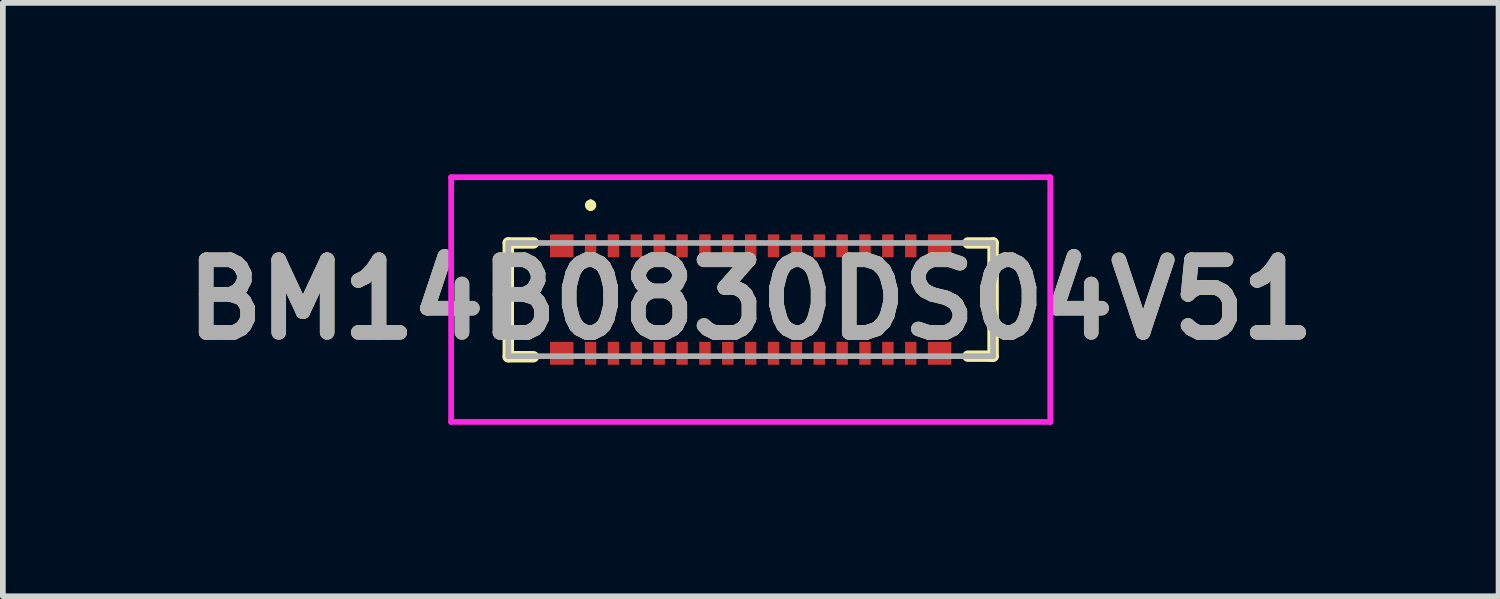
<source format=kicad_pcb>
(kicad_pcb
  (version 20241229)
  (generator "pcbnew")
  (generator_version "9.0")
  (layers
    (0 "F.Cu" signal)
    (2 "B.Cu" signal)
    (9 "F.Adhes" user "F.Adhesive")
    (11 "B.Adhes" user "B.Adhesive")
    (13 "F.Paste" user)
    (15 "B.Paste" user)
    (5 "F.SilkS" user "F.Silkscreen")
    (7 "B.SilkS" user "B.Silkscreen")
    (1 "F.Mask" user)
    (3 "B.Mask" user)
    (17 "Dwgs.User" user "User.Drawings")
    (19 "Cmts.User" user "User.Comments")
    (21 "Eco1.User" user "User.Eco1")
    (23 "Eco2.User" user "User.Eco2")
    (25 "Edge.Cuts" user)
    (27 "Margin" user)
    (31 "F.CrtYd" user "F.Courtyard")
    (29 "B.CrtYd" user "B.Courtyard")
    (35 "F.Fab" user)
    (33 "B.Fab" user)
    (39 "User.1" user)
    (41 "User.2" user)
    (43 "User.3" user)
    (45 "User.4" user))
  (footprint "BM14B0830DS04V51"
    (layer "F.Cu")
    (at 10.081 2.19)
    (property "Reference" "BM14B0830DS04V51" (at 0 0 0) (layer "F.SilkS") (effects (font (size 1.27 1.27) (thickness 0.254))))
    (attr smd)
    (fp_line (start -4.24 -0.99) (end -4.24 1) (stroke (width 0.2) (type solid)) (layer "F.SilkS"))
    (fp_line (start -4.24 1) (end -3.8 1) (stroke (width 0.2) (type solid)) (layer "F.SilkS"))
    (fp_line (start -3.8 -0.99) (end -4.24 -0.99) (stroke (width 0.2) (type solid)) (layer "F.SilkS"))
    (fp_line (start -2.8 -1.7) (end -2.8 -1.7) (stroke (width 0.1) (type solid)) (layer "F.SilkS"))
    (fp_line (start -2.8 -1.6) (end -2.8 -1.6) (stroke (width 0.1) (type solid)) (layer "F.SilkS"))
    (fp_line (start 3.8 0.99) (end 4.2 0.99) (stroke (width 0.2) (type solid)) (layer "F.SilkS"))
    (fp_line (start 4.2 0.99) (end 4.24 0.99) (stroke (width 0.2) (type solid)) (layer "F.SilkS"))
    (fp_line (start 4.24 -0.99) (end 3.8 -0.99) (stroke (width 0.2) (type solid)) (layer "F.SilkS"))
    (fp_line (start 4.24 0.99) (end 4.24 -0.99) (stroke (width 0.2) (type solid)) (layer "F.SilkS"))
    (fp_arc (start -2.8 -1.7) (mid -2.75 -1.65) (end -2.8 -1.6) (stroke (width 0.1) (type solid)) (layer "F.SilkS"))
    (fp_arc (start -2.8 -1.6) (mid -2.85 -1.65) (end -2.8 -1.7) (stroke (width 0.1) (type solid)) (layer "F.SilkS"))
    (fp_line (start -5.24 -2.14) (end 5.24 -2.14) (stroke (width 0.1) (type solid)) (layer "F.CrtYd"))
    (fp_line (start -5.24 2.14) (end -5.24 -2.14) (stroke (width 0.1) (type solid)) (layer "F.CrtYd"))
    (fp_line (start 5.24 -2.14) (end 5.24 2.14) (stroke (width 0.1) (type solid)) (layer "F.CrtYd"))
    (fp_line (start 5.24 2.14) (end -5.24 2.14) (stroke (width 0.1) (type solid)) (layer "F.CrtYd"))
    (fp_line (start -4.24 -0.99) (end -4.24 0.99) (stroke (width 0.1) (type solid)) (layer "F.Fab"))
    (fp_line (start -4.24 0.99) (end 4.24 0.99) (stroke (width 0.1) (type solid)) (layer "F.Fab"))
    (fp_line (start 4.24 -0.99) (end -4.24 -0.99) (stroke (width 0.1) (type solid)) (layer "F.Fab"))
    (fp_line (start 4.24 0.99) (end 4.24 -0.99) (stroke (width 0.1) (type solid)) (layer "F.Fab"))
    (fp_text user "${REFERENCE}" (at 0 0 0) (layer "F.Fab") (effects (font (size 1.27 1.27) (thickness 0.254))))
    (pad "1" smd rect (at -2.8 -0.94) (size 0.2 0.4) (layers "F.Cu" "F.Mask" "F.Paste"))
    (pad "2" smd rect (at -2.8 0.94) (size 0.2 0.4) (layers "F.Cu" "F.Mask" "F.Paste"))
    (pad "3" smd rect (at -2.4 -0.94) (size 0.2 0.4) (layers "F.Cu" "F.Mask" "F.Paste"))
    (pad "4" smd rect (at -2.4 0.94) (size 0.2 0.4) (layers "F.Cu" "F.Mask" "F.Paste"))
    (pad "5" smd rect (at -2 -0.94) (size 0.2 0.4) (layers "F.Cu" "F.Mask" "F.Paste"))
    (pad "6" smd rect (at -2 0.94) (size 0.2 0.4) (layers "F.Cu" "F.Mask" "F.Paste"))
    (pad "7" smd rect (at -1.6 -0.94) (size 0.2 0.4) (layers "F.Cu" "F.Mask" "F.Paste"))
    (pad "8" smd rect (at -1.6 0.94) (size 0.2 0.4) (layers "F.Cu" "F.Mask" "F.Paste"))
    (pad "9" smd rect (at -1.2 -0.94) (size 0.2 0.4) (layers "F.Cu" "F.Mask" "F.Paste"))
    (pad "10" smd rect (at -1.2 0.94) (size 0.2 0.4) (layers "F.Cu" "F.Mask" "F.Paste"))
    (pad "11" smd rect (at -0.8 -0.94) (size 0.2 0.4) (layers "F.Cu" "F.Mask" "F.Paste"))
    (pad "12" smd rect (at -0.8 0.94) (size 0.2 0.4) (layers "F.Cu" "F.Mask" "F.Paste"))
    (pad "13" smd rect (at -0.4 -0.94) (size 0.2 0.4) (layers "F.Cu" "F.Mask" "F.Paste"))
    (pad "14" smd rect (at -0.4 0.94) (size 0.2 0.4) (layers "F.Cu" "F.Mask" "F.Paste"))
    (pad "15" smd rect (at 0 -0.94) (size 0.2 0.4) (layers "F.Cu" "F.Mask" "F.Paste"))
    (pad "16" smd rect (at 0 0.94) (size 0.2 0.4) (layers "F.Cu" "F.Mask" "F.Paste"))
    (pad "17" smd rect (at 0.4 -0.94) (size 0.2 0.4) (layers "F.Cu" "F.Mask" "F.Paste"))
    (pad "18" smd rect (at 0.4 0.94) (size 0.2 0.4) (layers "F.Cu" "F.Mask" "F.Paste"))
    (pad "19" smd rect (at 0.8 -0.94) (size 0.2 0.4) (layers "F.Cu" "F.Mask" "F.Paste"))
    (pad "20" smd rect (at 0.8 0.94) (size 0.2 0.4) (layers "F.Cu" "F.Mask" "F.Paste"))
    (pad "21" smd rect (at 1.2 -0.94) (size 0.2 0.4) (layers "F.Cu" "F.Mask" "F.Paste"))
    (pad "22" smd rect (at 1.2 0.94) (size 0.2 0.4) (layers "F.Cu" "F.Mask" "F.Paste"))
    (pad "23" smd rect (at 1.6 -0.94) (size 0.2 0.4) (layers "F.Cu" "F.Mask" "F.Paste"))
    (pad "24" smd rect (at 1.6 0.94) (size 0.2 0.4) (layers "F.Cu" "F.Mask" "F.Paste"))
    (pad "25" smd rect (at 2 -0.94) (size 0.2 0.4) (layers "F.Cu" "F.Mask" "F.Paste"))
    (pad "26" smd rect (at 2 0.94) (size 0.2 0.4) (layers "F.Cu" "F.Mask" "F.Paste"))
    (pad "27" smd rect (at 2.4 -0.94) (size 0.2 0.4) (layers "F.Cu" "F.Mask" "F.Paste"))
    (pad "28" smd rect (at 2.4 0.94) (size 0.2 0.4) (layers "F.Cu" "F.Mask" "F.Paste"))
    (pad "29" smd rect (at 2.8 -0.94) (size 0.2 0.4) (layers "F.Cu" "F.Mask" "F.Paste"))
    (pad "30" smd rect (at 2.8 0.94) (size 0.2 0.4) (layers "F.Cu" "F.Mask" "F.Paste"))
    (pad "MP1" smd rect (at -3.305 -0.94 90) (size 0.4 0.41) (layers "F.Cu" "F.Mask" "F.Paste"))
    (pad "MP2" smd rect (at -3.305 0.94 90) (size 0.4 0.41) (layers "F.Cu" "F.Mask" "F.Paste"))
    (pad "MP3" smd rect (at 3.305 -0.94 90) (size 0.4 0.41) (layers "F.Cu" "F.Mask" "F.Paste"))
    (pad "MP4" smd rect (at 3.305 0.94 90) (size 0.4 0.41) (layers "F.Cu" "F.Mask" "F.Paste")))
  (gr_rect
    (start -3 -3)
    (end 23.163 7.38)
    (stroke (width 0.1) (type default))
    (fill no)
    (layer "Edge.Cuts")))
</source>
